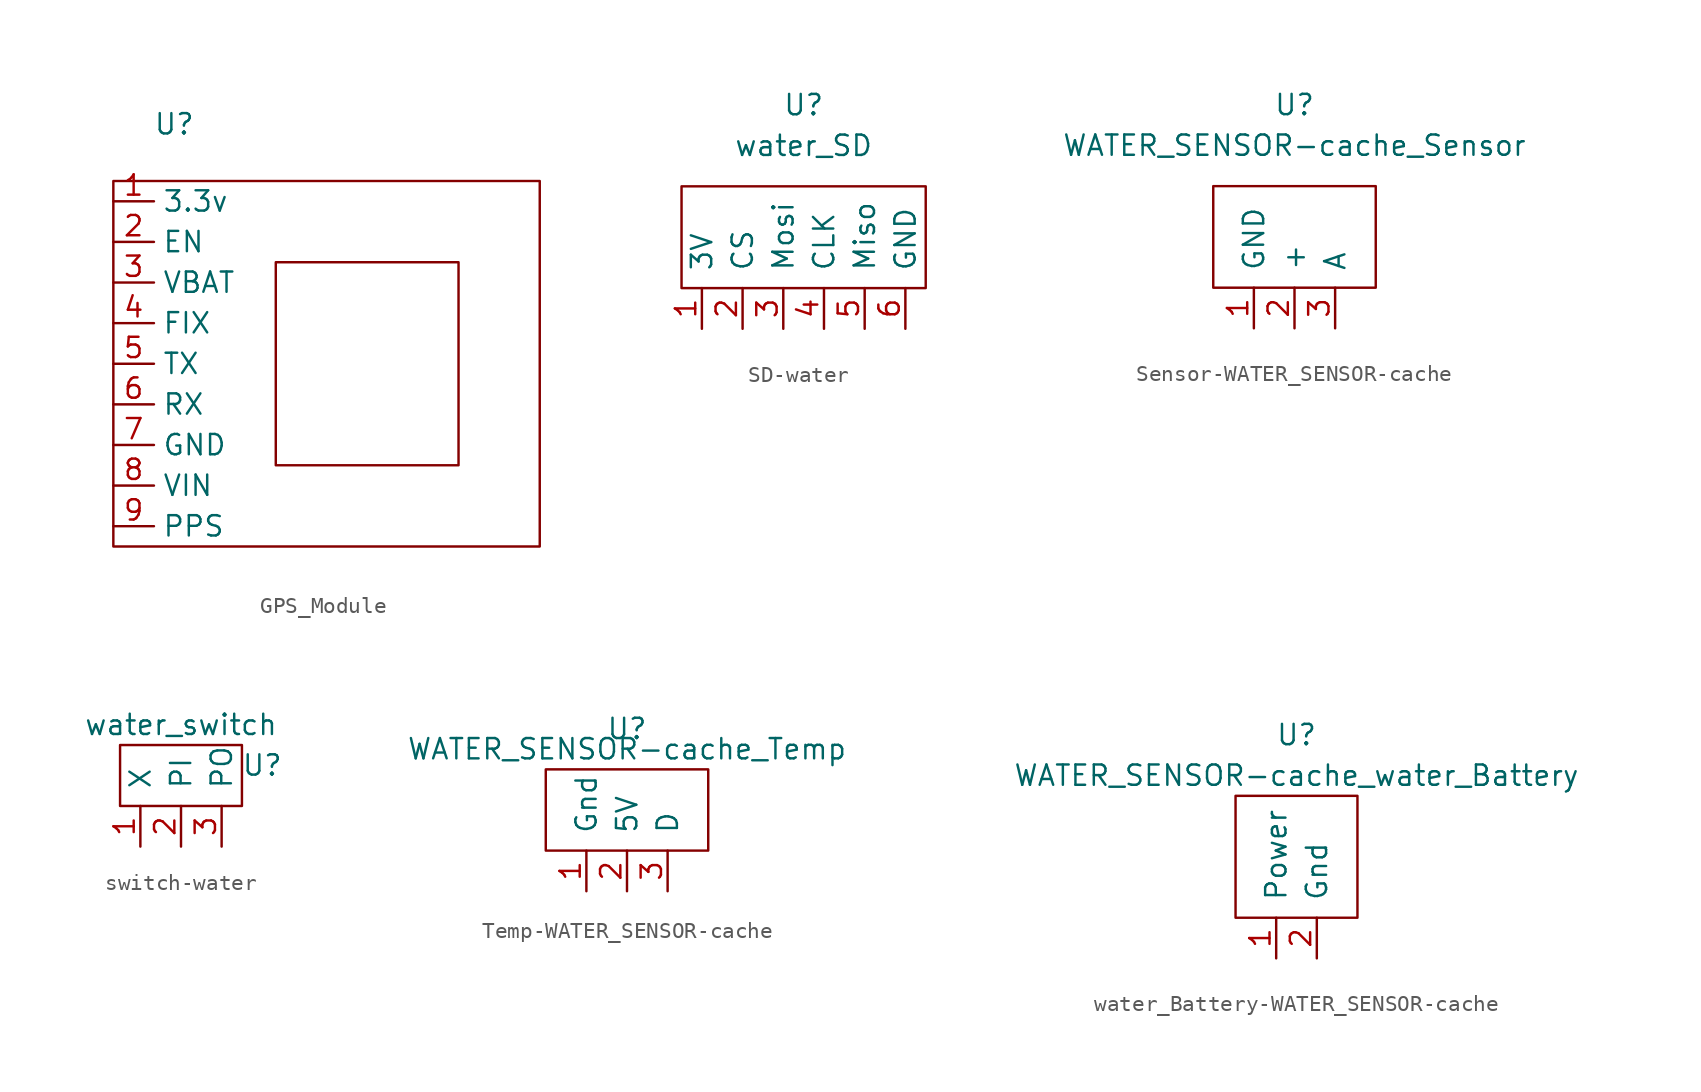
<source format=kicad_sym>
(kicad_symbol_lib
  (version 20231120)
  (generator "kicad_symbol_editor")
  (generator_version "8.0")
  (symbol "GPS_Module"
    (property "Reference" "U"
      (at 0 4.826 0)
      (effects (font (size 1.27 1.27))))
    (property "Value" ""
      (at 0 0 0)
      (effects (font (size 1.27 1.27))))
    (symbol "GPS_Module_0_1"
      (rectangle (start -3.81 1.27) (end 22.86 -21.59) (stroke (width 0) (type default)) (fill (type none)))
      (rectangle (start 6.35 -3.81) (end 17.78 -16.51) (stroke (width 0) (type default)) (fill (type none))))
    (symbol "GPS_Module_1_1"
      (pin power_in line (at -3.81 0 0) (length 2.54) (name "3.3v" (effects (font (size 1.27 1.27)))) (number "1" (effects (font (size 1.27 1.27)))))
      (pin input line (at -3.81 -2.54 0) (length 2.54) (name "EN" (effects (font (size 1.27 1.27)))) (number "2" (effects (font (size 1.27 1.27)))))
      (pin input line (at -3.81 -5.08 0) (length 2.54) (name "VBAT" (effects (font (size 1.27 1.27)))) (number "3" (effects (font (size 1.27 1.27)))))
      (pin output line (at -3.81 -7.62 0) (length 2.54) (name "FIX" (effects (font (size 1.27 1.27)))) (number "4" (effects (font (size 1.27 1.27)))))
      (pin output line (at -3.81 -10.16 0) (length 2.54) (name "TX" (effects (font (size 1.27 1.27)))) (number "5" (effects (font (size 1.27 1.27)))))
      (pin input line (at -3.81 -12.7 0) (length 2.54) (name "RX" (effects (font (size 1.27 1.27)))) (number "6" (effects (font (size 1.27 1.27)))))
      (pin passive line (at -3.81 -15.24 0) (length 2.54) (name "GND" (effects (font (size 1.27 1.27)))) (number "7" (effects (font (size 1.27 1.27)))))
      (pin input line (at -3.81 -17.78 0) (length 2.54) (name "VIN" (effects (font (size 1.27 1.27)))) (number "8" (effects (font (size 1.27 1.27)))))
      (pin output line (at -3.81 -20.32 0) (length 2.54) (name "PPS" (effects (font (size 1.27 1.27)))) (number "9" (effects (font (size 1.27 1.27)))))))
  (symbol "SD-water"
    (pin_names
      (offset 1.016))
    (property "Reference" "U"
      (at 0 3.81 0)
      (effects (font (size 1.27 1.27))))
    (property "Value" "water_SD"
      (at 0 1.27 0)
      (effects (font (size 1.27 1.27))))
    (symbol "SD-water_0_1"
      (rectangle (start -7.62 -7.62) (end 7.62 -1.27) (stroke (width 0) (type solid)) (fill (type none))))
    (symbol "SD-water_1_1"
      (pin input line (at -6.35 -10.16 90) (length 2.54) (name "3V" (effects (font (size 1.27 1.27)))) (number "1" (effects (font (size 1.27 1.27)))))
      (pin input line (at -3.81 -10.16 90) (length 2.54) (name "CS" (effects (font (size 1.27 1.27)))) (number "2" (effects (font (size 1.27 1.27)))))
      (pin input line (at -1.27 -10.16 90) (length 2.54) (name "Mosi" (effects (font (size 1.27 1.27)))) (number "3" (effects (font (size 1.27 1.27)))))
      (pin input line (at 1.27 -10.16 90) (length 2.54) (name "CLK" (effects (font (size 1.27 1.27)))) (number "4" (effects (font (size 1.27 1.27)))))
      (pin input line (at 3.81 -10.16 90) (length 2.54) (name "Miso" (effects (font (size 1.27 1.27)))) (number "5" (effects (font (size 1.27 1.27)))))
      (pin input line (at 6.35 -10.16 90) (length 2.54) (name "GND" (effects (font (size 1.27 1.27)))) (number "6" (effects (font (size 1.27 1.27)))))))
  (symbol "Sensor-WATER_SENSOR-cache"
    (pin_names
      (offset 1.016))
    (property "Reference" "U"
      (at 0 5.08 0)
      (effects (font (size 1.27 1.27))))
    (property "Value" "WATER_SENSOR-cache_Sensor"
      (at 0 2.54 0)
      (effects (font (size 1.27 1.27))))
    (symbol "Sensor-WATER_SENSOR-cache_0_1"
      (rectangle (start -5.08 -6.35) (end 5.08 0) (stroke (width 0) (type solid)) (fill (type none))))
    (symbol "Sensor-WATER_SENSOR-cache_1_1"
      (pin input line (at -2.54 -8.89 90) (length 2.54) (name "GND" (effects (font (size 1.27 1.27)))) (number "1" (effects (font (size 1.27 1.27)))))
      (pin input line (at 0 -8.89 90) (length 2.54) (name "+" (effects (font (size 1.27 1.27)))) (number "2" (effects (font (size 1.27 1.27)))))
      (pin input line (at 2.54 -8.89 90) (length 2.54) (name "A" (effects (font (size 1.27 1.27)))) (number "3" (effects (font (size 1.27 1.27)))))))
  (symbol "switch-water"
    (pin_names
      (offset 1.016))
    (property "Reference" "U"
      (at 0 -5.08 0)
      (effects (font (size 1.27 1.27))))
    (property "Value" "water_switch"
      (at -5.08 -2.54 0)
      (effects (font (size 1.27 1.27))))
    (symbol "switch-water_0_1"
      (rectangle (start -8.89 -7.62) (end -1.27 -3.81) (stroke (width 0) (type solid)) (fill (type none))))
    (symbol "switch-water_1_1"
      (pin input line (at -7.62 -10.16 90) (length 2.54) (name "X" (effects (font (size 1.27 1.27)))) (number "1" (effects (font (size 1.27 1.27)))))
      (pin input line (at -5.08 -10.16 90) (length 2.54) (name "PI" (effects (font (size 1.27 1.27)))) (number "2" (effects (font (size 1.27 1.27)))))
      (pin input line (at -2.54 -10.16 90) (length 2.54) (name "PO" (effects (font (size 1.27 1.27)))) (number "3" (effects (font (size 1.27 1.27)))))))
  (symbol "Temp-WATER_SENSOR-cache"
    (pin_names
      (offset 1.016))
    (property "Reference" "U"
      (at 0 2.54 0)
      (effects (font (size 1.27 1.27))))
    (property "Value" "WATER_SENSOR-cache_Temp"
      (at 0 1.27 0)
      (effects (font (size 1.27 1.27))))
    (symbol "Temp-WATER_SENSOR-cache_0_1"
      (rectangle (start -5.08 -5.08) (end 5.08 0) (stroke (width 0) (type solid)) (fill (type none))))
    (symbol "Temp-WATER_SENSOR-cache_1_1"
      (pin input line (at -2.54 -7.62 90) (length 2.54) (name "Gnd" (effects (font (size 1.27 1.27)))) (number "1" (effects (font (size 1.27 1.27)))))
      (pin input line (at 0 -7.62 90) (length 2.54) (name "5V" (effects (font (size 1.27 1.27)))) (number "2" (effects (font (size 1.27 1.27)))))
      (pin input line (at 2.54 -7.62 90) (length 2.54) (name "D" (effects (font (size 1.27 1.27)))) (number "3" (effects (font (size 1.27 1.27)))))))
  (symbol "water_Battery-WATER_SENSOR-cache"
    (pin_names
      (offset 1.016))
    (property "Reference" "U"
      (at 1.27 0 0)
      (effects (font (size 1.27 1.27))))
    (property "Value" "WATER_SENSOR-cache_water_Battery"
      (at 1.27 -2.54 0)
      (effects (font (size 1.27 1.27))))
    (symbol "water_Battery-WATER_SENSOR-cache_0_1"
      (rectangle (start -2.54 -11.43) (end 5.08 -3.81) (stroke (width 0) (type solid)) (fill (type none))))
    (symbol "water_Battery-WATER_SENSOR-cache_1_1"
      (pin input line (at 0 -13.97 90) (length 2.54) (name "Power" (effects (font (size 1.27 1.27)))) (number "1" (effects (font (size 1.27 1.27)))))
      (pin input line (at 2.54 -13.97 90) (length 2.54) (name "Gnd" (effects (font (size 1.27 1.27)))) (number "2" (effects (font (size 1.27 1.27))))))))
</source>
